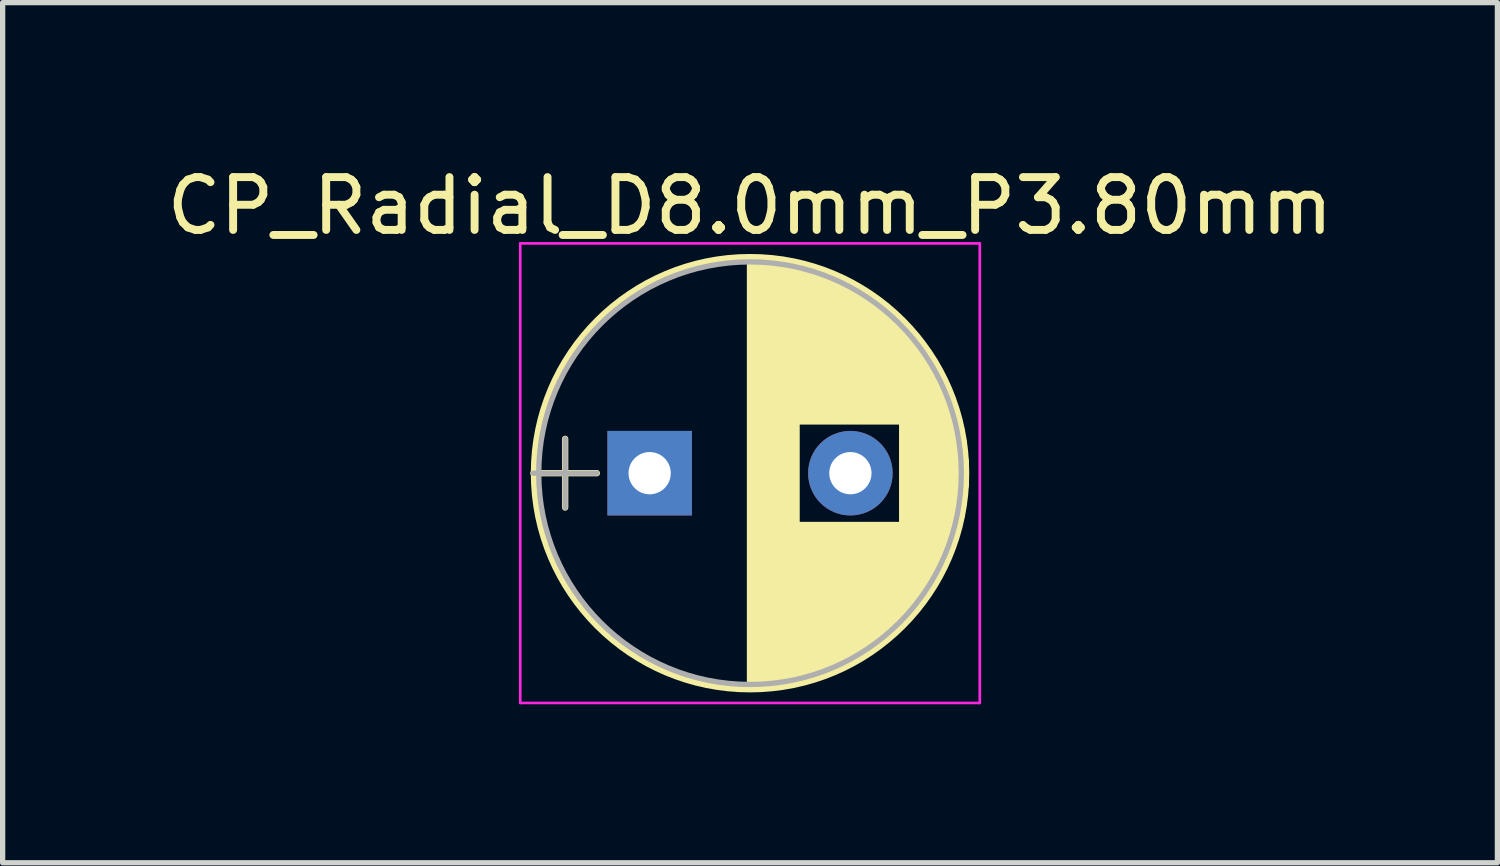
<source format=kicad_pcb>
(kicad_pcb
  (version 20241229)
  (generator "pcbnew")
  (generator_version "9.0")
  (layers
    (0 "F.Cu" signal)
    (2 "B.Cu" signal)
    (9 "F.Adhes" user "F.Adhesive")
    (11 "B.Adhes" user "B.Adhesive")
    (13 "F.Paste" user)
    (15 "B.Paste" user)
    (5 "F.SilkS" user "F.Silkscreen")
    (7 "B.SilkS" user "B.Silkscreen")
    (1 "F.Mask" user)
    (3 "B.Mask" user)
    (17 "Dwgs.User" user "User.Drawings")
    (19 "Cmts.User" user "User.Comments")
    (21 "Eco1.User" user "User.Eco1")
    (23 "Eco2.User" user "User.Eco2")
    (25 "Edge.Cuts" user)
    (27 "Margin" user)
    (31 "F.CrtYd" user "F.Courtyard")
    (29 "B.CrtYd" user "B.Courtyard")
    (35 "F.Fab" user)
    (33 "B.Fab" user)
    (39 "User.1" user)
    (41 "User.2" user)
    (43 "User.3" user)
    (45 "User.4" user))
  (footprint "CP_Radial_D8.0mm_P3.80mm"
    (layer "F.Cu")
    (at 9.249 5.908)
    (property "Reference" "CP_Radial_D8.0mm_P3.80mm" (at 1.9 -5.06 0) (layer "F.SilkS") (effects (font (size 1 1) (thickness 0.15))))
    (attr through_hole)
    (fp_line (start -2.2 0) (end -1 0) (stroke (width 0.12) (type solid)) (layer "F.SilkS"))
    (fp_line (start -1.6 -0.65) (end -1.6 0.65) (stroke (width 0.12) (type solid)) (layer "F.SilkS"))
    (fp_line (start 1.9 -4.05) (end 1.9 4.05) (stroke (width 0.12) (type solid)) (layer "F.SilkS"))
    (fp_line (start 1.94 -4.05) (end 1.94 4.05) (stroke (width 0.12) (type solid)) (layer "F.SilkS"))
    (fp_line (start 1.98 -4.05) (end 1.98 4.05) (stroke (width 0.12) (type solid)) (layer "F.SilkS"))
    (fp_line (start 2.02 -4.049) (end 2.02 4.049) (stroke (width 0.12) (type solid)) (layer "F.SilkS"))
    (fp_line (start 2.06 -4.047) (end 2.06 4.047) (stroke (width 0.12) (type solid)) (layer "F.SilkS"))
    (fp_line (start 2.1 -4.046) (end 2.1 4.046) (stroke (width 0.12) (type solid)) (layer "F.SilkS"))
    (fp_line (start 2.14 -4.043) (end 2.14 4.043) (stroke (width 0.12) (type solid)) (layer "F.SilkS"))
    (fp_line (start 2.18 -4.041) (end 2.18 4.041) (stroke (width 0.12) (type solid)) (layer "F.SilkS"))
    (fp_line (start 2.22 -4.038) (end 2.22 4.038) (stroke (width 0.12) (type solid)) (layer "F.SilkS"))
    (fp_line (start 2.26 -4.035) (end 2.26 4.035) (stroke (width 0.12) (type solid)) (layer "F.SilkS"))
    (fp_line (start 2.3 -4.031) (end 2.3 4.031) (stroke (width 0.12) (type solid)) (layer "F.SilkS"))
    (fp_line (start 2.34 -4.027) (end 2.34 4.027) (stroke (width 0.12) (type solid)) (layer "F.SilkS"))
    (fp_line (start 2.38 -4.022) (end 2.38 4.022) (stroke (width 0.12) (type solid)) (layer "F.SilkS"))
    (fp_line (start 2.42 -4.017) (end 2.42 4.017) (stroke (width 0.12) (type solid)) (layer "F.SilkS"))
    (fp_line (start 2.46 -4.012) (end 2.46 4.012) (stroke (width 0.12) (type solid)) (layer "F.SilkS"))
    (fp_line (start 2.5 -4.006) (end 2.5 4.006) (stroke (width 0.12) (type solid)) (layer "F.SilkS"))
    (fp_line (start 2.54 -4) (end 2.54 4) (stroke (width 0.12) (type solid)) (layer "F.SilkS"))
    (fp_line (start 2.58 -3.994) (end 2.58 3.994) (stroke (width 0.12) (type solid)) (layer "F.SilkS"))
    (fp_line (start 2.621 -3.987) (end 2.621 3.987) (stroke (width 0.12) (type solid)) (layer "F.SilkS"))
    (fp_line (start 2.661 -3.979) (end 2.661 3.979) (stroke (width 0.12) (type solid)) (layer "F.SilkS"))
    (fp_line (start 2.701 -3.971) (end 2.701 3.971) (stroke (width 0.12) (type solid)) (layer "F.SilkS"))
    (fp_line (start 2.741 -3.963) (end 2.741 3.963) (stroke (width 0.12) (type solid)) (layer "F.SilkS"))
    (fp_line (start 2.781 -3.955) (end 2.781 3.955) (stroke (width 0.12) (type solid)) (layer "F.SilkS"))
    (fp_line (start 2.821 -3.946) (end 2.821 -0.98) (stroke (width 0.12) (type solid)) (layer "F.SilkS"))
    (fp_line (start 2.821 0.98) (end 2.821 3.946) (stroke (width 0.12) (type solid)) (layer "F.SilkS"))
    (fp_line (start 2.861 -3.936) (end 2.861 -0.98) (stroke (width 0.12) (type solid)) (layer "F.SilkS"))
    (fp_line (start 2.861 0.98) (end 2.861 3.936) (stroke (width 0.12) (type solid)) (layer "F.SilkS"))
    (fp_line (start 2.901 -3.926) (end 2.901 -0.98) (stroke (width 0.12) (type solid)) (layer "F.SilkS"))
    (fp_line (start 2.901 0.98) (end 2.901 3.926) (stroke (width 0.12) (type solid)) (layer "F.SilkS"))
    (fp_line (start 2.941 -3.916) (end 2.941 -0.98) (stroke (width 0.12) (type solid)) (layer "F.SilkS"))
    (fp_line (start 2.941 0.98) (end 2.941 3.916) (stroke (width 0.12) (type solid)) (layer "F.SilkS"))
    (fp_line (start 2.981 -3.905) (end 2.981 -0.98) (stroke (width 0.12) (type solid)) (layer "F.SilkS"))
    (fp_line (start 2.981 0.98) (end 2.981 3.905) (stroke (width 0.12) (type solid)) (layer "F.SilkS"))
    (fp_line (start 3.021 -3.894) (end 3.021 -0.98) (stroke (width 0.12) (type solid)) (layer "F.SilkS"))
    (fp_line (start 3.021 0.98) (end 3.021 3.894) (stroke (width 0.12) (type solid)) (layer "F.SilkS"))
    (fp_line (start 3.061 -3.883) (end 3.061 -0.98) (stroke (width 0.12) (type solid)) (layer "F.SilkS"))
    (fp_line (start 3.061 0.98) (end 3.061 3.883) (stroke (width 0.12) (type solid)) (layer "F.SilkS"))
    (fp_line (start 3.101 -3.87) (end 3.101 -0.98) (stroke (width 0.12) (type solid)) (layer "F.SilkS"))
    (fp_line (start 3.101 0.98) (end 3.101 3.87) (stroke (width 0.12) (type solid)) (layer "F.SilkS"))
    (fp_line (start 3.141 -3.858) (end 3.141 -0.98) (stroke (width 0.12) (type solid)) (layer "F.SilkS"))
    (fp_line (start 3.141 0.98) (end 3.141 3.858) (stroke (width 0.12) (type solid)) (layer "F.SilkS"))
    (fp_line (start 3.181 -3.845) (end 3.181 -0.98) (stroke (width 0.12) (type solid)) (layer "F.SilkS"))
    (fp_line (start 3.181 0.98) (end 3.181 3.845) (stroke (width 0.12) (type solid)) (layer "F.SilkS"))
    (fp_line (start 3.221 -3.832) (end 3.221 -0.98) (stroke (width 0.12) (type solid)) (layer "F.SilkS"))
    (fp_line (start 3.221 0.98) (end 3.221 3.832) (stroke (width 0.12) (type solid)) (layer "F.SilkS"))
    (fp_line (start 3.261 -3.818) (end 3.261 -0.98) (stroke (width 0.12) (type solid)) (layer "F.SilkS"))
    (fp_line (start 3.261 0.98) (end 3.261 3.818) (stroke (width 0.12) (type solid)) (layer "F.SilkS"))
    (fp_line (start 3.301 -3.803) (end 3.301 -0.98) (stroke (width 0.12) (type solid)) (layer "F.SilkS"))
    (fp_line (start 3.301 0.98) (end 3.301 3.803) (stroke (width 0.12) (type solid)) (layer "F.SilkS"))
    (fp_line (start 3.341 -3.789) (end 3.341 -0.98) (stroke (width 0.12) (type solid)) (layer "F.SilkS"))
    (fp_line (start 3.341 0.98) (end 3.341 3.789) (stroke (width 0.12) (type solid)) (layer "F.SilkS"))
    (fp_line (start 3.381 -3.773) (end 3.381 -0.98) (stroke (width 0.12) (type solid)) (layer "F.SilkS"))
    (fp_line (start 3.381 0.98) (end 3.381 3.773) (stroke (width 0.12) (type solid)) (layer "F.SilkS"))
    (fp_line (start 3.421 -3.758) (end 3.421 -0.98) (stroke (width 0.12) (type solid)) (layer "F.SilkS"))
    (fp_line (start 3.421 0.98) (end 3.421 3.758) (stroke (width 0.12) (type solid)) (layer "F.SilkS"))
    (fp_line (start 3.461 -3.741) (end 3.461 -0.98) (stroke (width 0.12) (type solid)) (layer "F.SilkS"))
    (fp_line (start 3.461 0.98) (end 3.461 3.741) (stroke (width 0.12) (type solid)) (layer "F.SilkS"))
    (fp_line (start 3.501 -3.725) (end 3.501 -0.98) (stroke (width 0.12) (type solid)) (layer "F.SilkS"))
    (fp_line (start 3.501 0.98) (end 3.501 3.725) (stroke (width 0.12) (type solid)) (layer "F.SilkS"))
    (fp_line (start 3.541 -3.707) (end 3.541 -0.98) (stroke (width 0.12) (type solid)) (layer "F.SilkS"))
    (fp_line (start 3.541 0.98) (end 3.541 3.707) (stroke (width 0.12) (type solid)) (layer "F.SilkS"))
    (fp_line (start 3.581 -3.69) (end 3.581 -0.98) (stroke (width 0.12) (type solid)) (layer "F.SilkS"))
    (fp_line (start 3.581 0.98) (end 3.581 3.69) (stroke (width 0.12) (type solid)) (layer "F.SilkS"))
    (fp_line (start 3.621 -3.671) (end 3.621 -0.98) (stroke (width 0.12) (type solid)) (layer "F.SilkS"))
    (fp_line (start 3.621 0.98) (end 3.621 3.671) (stroke (width 0.12) (type solid)) (layer "F.SilkS"))
    (fp_line (start 3.661 -3.652) (end 3.661 -0.98) (stroke (width 0.12) (type solid)) (layer "F.SilkS"))
    (fp_line (start 3.661 0.98) (end 3.661 3.652) (stroke (width 0.12) (type solid)) (layer "F.SilkS"))
    (fp_line (start 3.701 -3.633) (end 3.701 -0.98) (stroke (width 0.12) (type solid)) (layer "F.SilkS"))
    (fp_line (start 3.701 0.98) (end 3.701 3.633) (stroke (width 0.12) (type solid)) (layer "F.SilkS"))
    (fp_line (start 3.741 -3.613) (end 3.741 -0.98) (stroke (width 0.12) (type solid)) (layer "F.SilkS"))
    (fp_line (start 3.741 0.98) (end 3.741 3.613) (stroke (width 0.12) (type solid)) (layer "F.SilkS"))
    (fp_line (start 3.781 -3.593) (end 3.781 -0.98) (stroke (width 0.12) (type solid)) (layer "F.SilkS"))
    (fp_line (start 3.781 0.98) (end 3.781 3.593) (stroke (width 0.12) (type solid)) (layer "F.SilkS"))
    (fp_line (start 3.821 -3.572) (end 3.821 -0.98) (stroke (width 0.12) (type solid)) (layer "F.SilkS"))
    (fp_line (start 3.821 0.98) (end 3.821 3.572) (stroke (width 0.12) (type solid)) (layer "F.SilkS"))
    (fp_line (start 3.861 -3.55) (end 3.861 -0.98) (stroke (width 0.12) (type solid)) (layer "F.SilkS"))
    (fp_line (start 3.861 0.98) (end 3.861 3.55) (stroke (width 0.12) (type solid)) (layer "F.SilkS"))
    (fp_line (start 3.901 -3.528) (end 3.901 -0.98) (stroke (width 0.12) (type solid)) (layer "F.SilkS"))
    (fp_line (start 3.901 0.98) (end 3.901 3.528) (stroke (width 0.12) (type solid)) (layer "F.SilkS"))
    (fp_line (start 3.941 -3.505) (end 3.941 -0.98) (stroke (width 0.12) (type solid)) (layer "F.SilkS"))
    (fp_line (start 3.941 0.98) (end 3.941 3.505) (stroke (width 0.12) (type solid)) (layer "F.SilkS"))
    (fp_line (start 3.981 -3.482) (end 3.981 -0.98) (stroke (width 0.12) (type solid)) (layer "F.SilkS"))
    (fp_line (start 3.981 0.98) (end 3.981 3.482) (stroke (width 0.12) (type solid)) (layer "F.SilkS"))
    (fp_line (start 4.021 -3.458) (end 4.021 -0.98) (stroke (width 0.12) (type solid)) (layer "F.SilkS"))
    (fp_line (start 4.021 0.98) (end 4.021 3.458) (stroke (width 0.12) (type solid)) (layer "F.SilkS"))
    (fp_line (start 4.061 -3.434) (end 4.061 -0.98) (stroke (width 0.12) (type solid)) (layer "F.SilkS"))
    (fp_line (start 4.061 0.98) (end 4.061 3.434) (stroke (width 0.12) (type solid)) (layer "F.SilkS"))
    (fp_line (start 4.101 -3.408) (end 4.101 -0.98) (stroke (width 0.12) (type solid)) (layer "F.SilkS"))
    (fp_line (start 4.101 0.98) (end 4.101 3.408) (stroke (width 0.12) (type solid)) (layer "F.SilkS"))
    (fp_line (start 4.141 -3.383) (end 4.141 -0.98) (stroke (width 0.12) (type solid)) (layer "F.SilkS"))
    (fp_line (start 4.141 0.98) (end 4.141 3.383) (stroke (width 0.12) (type solid)) (layer "F.SilkS"))
    (fp_line (start 4.181 -3.356) (end 4.181 -0.98) (stroke (width 0.12) (type solid)) (layer "F.SilkS"))
    (fp_line (start 4.181 0.98) (end 4.181 3.356) (stroke (width 0.12) (type solid)) (layer "F.SilkS"))
    (fp_line (start 4.221 -3.329) (end 4.221 -0.98) (stroke (width 0.12) (type solid)) (layer "F.SilkS"))
    (fp_line (start 4.221 0.98) (end 4.221 3.329) (stroke (width 0.12) (type solid)) (layer "F.SilkS"))
    (fp_line (start 4.261 -3.301) (end 4.261 -0.98) (stroke (width 0.12) (type solid)) (layer "F.SilkS"))
    (fp_line (start 4.261 0.98) (end 4.261 3.301) (stroke (width 0.12) (type solid)) (layer "F.SilkS"))
    (fp_line (start 4.301 -3.272) (end 4.301 -0.98) (stroke (width 0.12) (type solid)) (layer "F.SilkS"))
    (fp_line (start 4.301 0.98) (end 4.301 3.272) (stroke (width 0.12) (type solid)) (layer "F.SilkS"))
    (fp_line (start 4.341 -3.243) (end 4.341 -0.98) (stroke (width 0.12) (type solid)) (layer "F.SilkS"))
    (fp_line (start 4.341 0.98) (end 4.341 3.243) (stroke (width 0.12) (type solid)) (layer "F.SilkS"))
    (fp_line (start 4.381 -3.213) (end 4.381 -0.98) (stroke (width 0.12) (type solid)) (layer "F.SilkS"))
    (fp_line (start 4.381 0.98) (end 4.381 3.213) (stroke (width 0.12) (type solid)) (layer "F.SilkS"))
    (fp_line (start 4.421 -3.182) (end 4.421 -0.98) (stroke (width 0.12) (type solid)) (layer "F.SilkS"))
    (fp_line (start 4.421 0.98) (end 4.421 3.182) (stroke (width 0.12) (type solid)) (layer "F.SilkS"))
    (fp_line (start 4.461 -3.15) (end 4.461 -0.98) (stroke (width 0.12) (type solid)) (layer "F.SilkS"))
    (fp_line (start 4.461 0.98) (end 4.461 3.15) (stroke (width 0.12) (type solid)) (layer "F.SilkS"))
    (fp_line (start 4.501 -3.118) (end 4.501 -0.98) (stroke (width 0.12) (type solid)) (layer "F.SilkS"))
    (fp_line (start 4.501 0.98) (end 4.501 3.118) (stroke (width 0.12) (type solid)) (layer "F.SilkS"))
    (fp_line (start 4.541 -3.084) (end 4.541 -0.98) (stroke (width 0.12) (type solid)) (layer "F.SilkS"))
    (fp_line (start 4.541 0.98) (end 4.541 3.084) (stroke (width 0.12) (type solid)) (layer "F.SilkS"))
    (fp_line (start 4.581 -3.05) (end 4.581 -0.98) (stroke (width 0.12) (type solid)) (layer "F.SilkS"))
    (fp_line (start 4.581 0.98) (end 4.581 3.05) (stroke (width 0.12) (type solid)) (layer "F.SilkS"))
    (fp_line (start 4.621 -3.015) (end 4.621 -0.98) (stroke (width 0.12) (type solid)) (layer "F.SilkS"))
    (fp_line (start 4.621 0.98) (end 4.621 3.015) (stroke (width 0.12) (type solid)) (layer "F.SilkS"))
    (fp_line (start 4.661 -2.979) (end 4.661 -0.98) (stroke (width 0.12) (type solid)) (layer "F.SilkS"))
    (fp_line (start 4.661 0.98) (end 4.661 2.979) (stroke (width 0.12) (type solid)) (layer "F.SilkS"))
    (fp_line (start 4.701 -2.942) (end 4.701 -0.98) (stroke (width 0.12) (type solid)) (layer "F.SilkS"))
    (fp_line (start 4.701 0.98) (end 4.701 2.942) (stroke (width 0.12) (type solid)) (layer "F.SilkS"))
    (fp_line (start 4.741 -2.904) (end 4.741 -0.98) (stroke (width 0.12) (type solid)) (layer "F.SilkS"))
    (fp_line (start 4.741 0.98) (end 4.741 2.904) (stroke (width 0.12) (type solid)) (layer "F.SilkS"))
    (fp_line (start 4.781 -2.865) (end 4.781 2.865) (stroke (width 0.12) (type solid)) (layer "F.SilkS"))
    (fp_line (start 4.821 -2.824) (end 4.821 2.824) (stroke (width 0.12) (type solid)) (layer "F.SilkS"))
    (fp_line (start 4.861 -2.783) (end 4.861 2.783) (stroke (width 0.12) (type solid)) (layer "F.SilkS"))
    (fp_line (start 4.901 -2.74) (end 4.901 2.74) (stroke (width 0.12) (type solid)) (layer "F.SilkS"))
    (fp_line (start 4.941 -2.697) (end 4.941 2.697) (stroke (width 0.12) (type solid)) (layer "F.SilkS"))
    (fp_line (start 4.981 -2.652) (end 4.981 2.652) (stroke (width 0.12) (type solid)) (layer "F.SilkS"))
    (fp_line (start 5.021 -2.605) (end 5.021 2.605) (stroke (width 0.12) (type solid)) (layer "F.SilkS"))
    (fp_line (start 5.061 -2.557) (end 5.061 2.557) (stroke (width 0.12) (type solid)) (layer "F.SilkS"))
    (fp_line (start 5.101 -2.508) (end 5.101 2.508) (stroke (width 0.12) (type solid)) (layer "F.SilkS"))
    (fp_line (start 5.141 -2.457) (end 5.141 2.457) (stroke (width 0.12) (type solid)) (layer "F.SilkS"))
    (fp_line (start 5.181 -2.404) (end 5.181 2.404) (stroke (width 0.12) (type solid)) (layer "F.SilkS"))
    (fp_line (start 5.221 -2.349) (end 5.221 2.349) (stroke (width 0.12) (type solid)) (layer "F.SilkS"))
    (fp_line (start 5.261 -2.293) (end 5.261 2.293) (stroke (width 0.12) (type solid)) (layer "F.SilkS"))
    (fp_line (start 5.301 -2.234) (end 5.301 2.234) (stroke (width 0.12) (type solid)) (layer "F.SilkS"))
    (fp_line (start 5.341 -2.173) (end 5.341 2.173) (stroke (width 0.12) (type solid)) (layer "F.SilkS"))
    (fp_line (start 5.381 -2.109) (end 5.381 2.109) (stroke (width 0.12) (type solid)) (layer "F.SilkS"))
    (fp_line (start 5.421 -2.043) (end 5.421 2.043) (stroke (width 0.12) (type solid)) (layer "F.SilkS"))
    (fp_line (start 5.461 -1.974) (end 5.461 1.974) (stroke (width 0.12) (type solid)) (layer "F.SilkS"))
    (fp_line (start 5.501 -1.902) (end 5.501 1.902) (stroke (width 0.12) (type solid)) (layer "F.SilkS"))
    (fp_line (start 5.541 -1.826) (end 5.541 1.826) (stroke (width 0.12) (type solid)) (layer "F.SilkS"))
    (fp_line (start 5.581 -1.745) (end 5.581 1.745) (stroke (width 0.12) (type solid)) (layer "F.SilkS"))
    (fp_line (start 5.621 -1.66) (end 5.621 1.66) (stroke (width 0.12) (type solid)) (layer "F.SilkS"))
    (fp_line (start 5.661 -1.57) (end 5.661 1.57) (stroke (width 0.12) (type solid)) (layer "F.SilkS"))
    (fp_line (start 5.701 -1.473) (end 5.701 1.473) (stroke (width 0.12) (type solid)) (layer "F.SilkS"))
    (fp_line (start 5.741 -1.369) (end 5.741 1.369) (stroke (width 0.12) (type solid)) (layer "F.SilkS"))
    (fp_line (start 5.781 -1.254) (end 5.781 1.254) (stroke (width 0.12) (type solid)) (layer "F.SilkS"))
    (fp_line (start 5.821 -1.127) (end 5.821 1.127) (stroke (width 0.12) (type solid)) (layer "F.SilkS"))
    (fp_line (start 5.861 -0.983) (end 5.861 0.983) (stroke (width 0.12) (type solid)) (layer "F.SilkS"))
    (fp_line (start 5.901 -0.814) (end 5.901 0.814) (stroke (width 0.12) (type solid)) (layer "F.SilkS"))
    (fp_line (start 5.941 -0.598) (end 5.941 0.598) (stroke (width 0.12) (type solid)) (layer "F.SilkS"))
    (fp_line (start 5.981 -0.246) (end 5.981 0.246) (stroke (width 0.12) (type solid)) (layer "F.SilkS"))
    (fp_circle (center 1.9 0) (end 5.99 0) (stroke (width 0.12) (type solid)) (fill no) (layer "F.SilkS"))
    (fp_line (start -2.45 -4.35) (end -2.45 4.35) (stroke (width 0.05) (type solid)) (layer "F.CrtYd"))
    (fp_line (start -2.45 4.35) (end 6.25 4.35) (stroke (width 0.05) (type solid)) (layer "F.CrtYd"))
    (fp_line (start 6.25 -4.35) (end -2.45 -4.35) (stroke (width 0.05) (type solid)) (layer "F.CrtYd"))
    (fp_line (start 6.25 4.35) (end 6.25 -4.35) (stroke (width 0.05) (type solid)) (layer "F.CrtYd"))
    (fp_line (start -2.2 0) (end -1 0) (stroke (width 0.1) (type solid)) (layer "F.Fab"))
    (fp_line (start -1.6 -0.65) (end -1.6 0.65) (stroke (width 0.1) (type solid)) (layer "F.Fab"))
    (fp_circle (center 1.9 0) (end 5.9 0) (stroke (width 0.1) (type solid)) (fill no) (layer "F.Fab"))
    (pad "1" thru_hole rect (at 0 0) (size 1.6 1.6) (drill 0.8) (layers "*.Cu" "*.Mask"))
    (pad "2" thru_hole circle (at 3.8 0) (size 1.6 1.6) (drill 0.8) (layers "*.Cu" "*.Mask")))
  (gr_rect
    (start -3 -3)
    (end 25.298 13.283)
    (stroke (width 0.1) (type default))
    (fill no)
    (layer "Edge.Cuts")))
</source>
